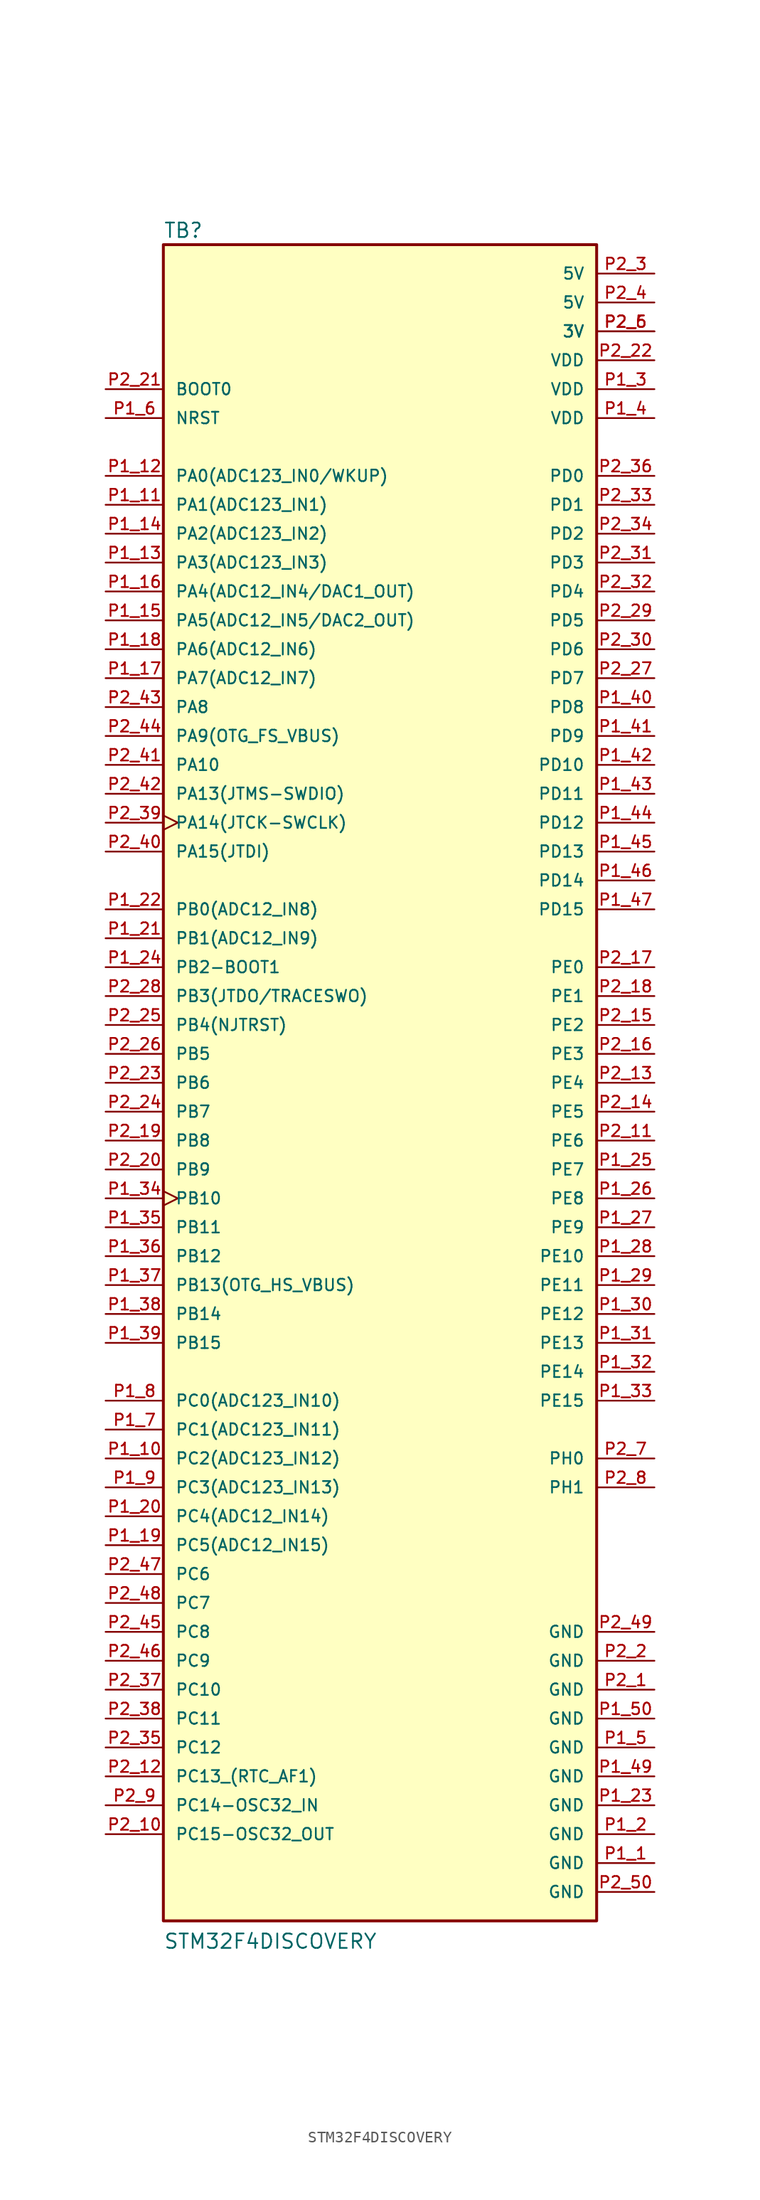
<source format=kicad_sym>
(kicad_symbol_lib
  (version 20220914)
  (generator kicad_symbol_editor)
  (symbol "STM32F4DISCOVERY"
    (pin_names
      (offset 1.016))
    (property "Reference" "TB"
      (at -15.242 74.172 0)
      (effects (font (size 1.27 1.27)) (justify left bottom)))
    (property "Value" "STM32F4DISCOVERY"
      (at -15.24 -76.201 0)
      (effects (font (size 1.27 1.27)) (justify left bottom)))
    (symbol "STM32F4DISCOVERY_0_0"
      (pin power_in line (at 27.94 -68.58 180) (length 5.08) (name "GND" (effects (font (size 1.016 1.016)))) (number "P1_1" (effects (font (size 1.016 1.016)))))
      (pin power_in line (at 27.94 -66.04 180) (length 5.08) (name "GND" (effects (font (size 1.016 1.016)))) (number "P1_2" (effects (font (size 1.016 1.016)))))
      (pin power_in line (at 27.94 -63.5 180) (length 5.08) (name "GND" (effects (font (size 1.016 1.016)))) (number "P1_23" (effects (font (size 1.016 1.016)))))
      (pin bidirectional line (at 27.94 -7.62 180) (length 5.08) (name "PE7" (effects (font (size 1.016 1.016)))) (number "P1_25" (effects (font (size 1.016 1.016)))))
      (pin bidirectional line (at 27.94 -10.16 180) (length 5.08) (name "PE8" (effects (font (size 1.016 1.016)))) (number "P1_26" (effects (font (size 1.016 1.016)))))
      (pin bidirectional line (at 27.94 -12.7 180) (length 5.08) (name "PE9" (effects (font (size 1.016 1.016)))) (number "P1_27" (effects (font (size 1.016 1.016)))))
      (pin bidirectional line (at 27.94 -15.24 180) (length 5.08) (name "PE10" (effects (font (size 1.016 1.016)))) (number "P1_28" (effects (font (size 1.016 1.016)))))
      (pin bidirectional line (at 27.94 -17.78 180) (length 5.08) (name "PE11" (effects (font (size 1.016 1.016)))) (number "P1_29" (effects (font (size 1.016 1.016)))))
      (pin power_in line (at 27.94 60.96 180) (length 5.08) (name "VDD" (effects (font (size 1.016 1.016)))) (number "P1_3" (effects (font (size 1.016 1.016)))))
      (pin bidirectional line (at 27.94 -20.32 180) (length 5.08) (name "PE12" (effects (font (size 1.016 1.016)))) (number "P1_30" (effects (font (size 1.016 1.016)))))
      (pin bidirectional line (at 27.94 -22.86 180) (length 5.08) (name "PE13" (effects (font (size 1.016 1.016)))) (number "P1_31" (effects (font (size 1.016 1.016)))))
      (pin bidirectional line (at 27.94 -25.4 180) (length 5.08) (name "PE14" (effects (font (size 1.016 1.016)))) (number "P1_32" (effects (font (size 1.016 1.016)))))
      (pin bidirectional line (at 27.94 -27.94 180) (length 5.08) (name "PE15" (effects (font (size 1.016 1.016)))) (number "P1_33" (effects (font (size 1.016 1.016)))))
      (pin bidirectional clock (at -20.32 -10.16 0) (length 5.08) (name "PB10" (effects (font (size 1.016 1.016)))) (number "P1_34" (effects (font (size 1.016 1.016)))))
      (pin bidirectional line (at -20.32 -12.7 0) (length 5.08) (name "PB11" (effects (font (size 1.016 1.016)))) (number "P1_35" (effects (font (size 1.016 1.016)))))
      (pin bidirectional line (at -20.32 -15.24 0) (length 5.08) (name "PB12" (effects (font (size 1.016 1.016)))) (number "P1_36" (effects (font (size 1.016 1.016)))))
      (pin bidirectional line (at -20.32 -20.32 0) (length 5.08) (name "PB14" (effects (font (size 1.016 1.016)))) (number "P1_38" (effects (font (size 1.016 1.016)))))
      (pin bidirectional line (at -20.32 -22.86 0) (length 5.08) (name "PB15" (effects (font (size 1.016 1.016)))) (number "P1_39" (effects (font (size 1.016 1.016)))))
      (pin power_in line (at 27.94 58.42 180) (length 5.08) (name "VDD" (effects (font (size 1.016 1.016)))) (number "P1_4" (effects (font (size 1.016 1.016)))))
      (pin bidirectional line (at 27.94 33.02 180) (length 5.08) (name "PD8" (effects (font (size 1.016 1.016)))) (number "P1_40" (effects (font (size 1.016 1.016)))))
      (pin bidirectional line (at 27.94 30.48 180) (length 5.08) (name "PD9" (effects (font (size 1.016 1.016)))) (number "P1_41" (effects (font (size 1.016 1.016)))))
      (pin bidirectional line (at 27.94 27.94 180) (length 5.08) (name "PD10" (effects (font (size 1.016 1.016)))) (number "P1_42" (effects (font (size 1.016 1.016)))))
      (pin bidirectional line (at 27.94 25.4 180) (length 5.08) (name "PD11" (effects (font (size 1.016 1.016)))) (number "P1_43" (effects (font (size 1.016 1.016)))))
      (pin bidirectional line (at 27.94 22.86 180) (length 5.08) (name "PD12" (effects (font (size 1.016 1.016)))) (number "P1_44" (effects (font (size 1.016 1.016)))))
      (pin bidirectional line (at 27.94 20.32 180) (length 5.08) (name "PD13" (effects (font (size 1.016 1.016)))) (number "P1_45" (effects (font (size 1.016 1.016)))))
      (pin bidirectional line (at 27.94 17.78 180) (length 5.08) (name "PD14" (effects (font (size 1.016 1.016)))) (number "P1_46" (effects (font (size 1.016 1.016)))))
      (pin bidirectional line (at 27.94 15.24 180) (length 5.08) (name "PD15" (effects (font (size 1.016 1.016)))) (number "P1_47" (effects (font (size 1.016 1.016)))))
      (pin power_in line (at 27.94 -60.96 180) (length 5.08) (name "GND" (effects (font (size 1.016 1.016)))) (number "P1_49" (effects (font (size 1.016 1.016)))))
      (pin power_in line (at 27.94 -58.42 180) (length 5.08) (name "GND" (effects (font (size 1.016 1.016)))) (number "P1_5" (effects (font (size 1.016 1.016)))))
      (pin power_in line (at 27.94 -55.88 180) (length 5.08) (name "GND" (effects (font (size 1.016 1.016)))) (number "P1_50" (effects (font (size 1.016 1.016)))))
      (pin input line (at -20.32 58.42 0) (length 5.08) (name "NRST" (effects (font (size 1.016 1.016)))) (number "P1_6" (effects (font (size 1.016 1.016)))))
      (pin power_in line (at 27.94 -53.34 180) (length 5.08) (name "GND" (effects (font (size 1.016 1.016)))) (number "P2_1" (effects (font (size 1.016 1.016)))))
      (pin bidirectional line (at 27.94 -5.08 180) (length 5.08) (name "PE6" (effects (font (size 1.016 1.016)))) (number "P2_11" (effects (font (size 1.016 1.016)))))
      (pin bidirectional line (at 27.94 0 180) (length 5.08) (name "PE4" (effects (font (size 1.016 1.016)))) (number "P2_13" (effects (font (size 1.016 1.016)))))
      (pin bidirectional line (at 27.94 -2.54 180) (length 5.08) (name "PE5" (effects (font (size 1.016 1.016)))) (number "P2_14" (effects (font (size 1.016 1.016)))))
      (pin bidirectional line (at 27.94 5.08 180) (length 5.08) (name "PE2" (effects (font (size 1.016 1.016)))) (number "P2_15" (effects (font (size 1.016 1.016)))))
      (pin bidirectional line (at 27.94 2.54 180) (length 5.08) (name "PE3" (effects (font (size 1.016 1.016)))) (number "P2_16" (effects (font (size 1.016 1.016)))))
      (pin bidirectional line (at 27.94 10.16 180) (length 5.08) (name "PE0" (effects (font (size 1.016 1.016)))) (number "P2_17" (effects (font (size 1.016 1.016)))))
      (pin bidirectional line (at 27.94 7.62 180) (length 5.08) (name "PE1" (effects (font (size 1.016 1.016)))) (number "P2_18" (effects (font (size 1.016 1.016)))))
      (pin bidirectional line (at -20.32 -5.08 0) (length 5.08) (name "PB8" (effects (font (size 1.016 1.016)))) (number "P2_19" (effects (font (size 1.016 1.016)))))
      (pin power_in line (at 27.94 -50.8 180) (length 5.08) (name "GND" (effects (font (size 1.016 1.016)))) (number "P2_2" (effects (font (size 1.016 1.016)))))
      (pin bidirectional line (at -20.32 -7.62 0) (length 5.08) (name "PB9" (effects (font (size 1.016 1.016)))) (number "P2_20" (effects (font (size 1.016 1.016)))))
      (pin input line (at -20.32 60.96 0) (length 5.08) (name "BOOT0" (effects (font (size 1.016 1.016)))) (number "P2_21" (effects (font (size 1.016 1.016)))))
      (pin power_in line (at 27.94 63.5 180) (length 5.08) (name "VDD" (effects (font (size 1.016 1.016)))) (number "P2_22" (effects (font (size 1.016 1.016)))))
      (pin bidirectional line (at -20.32 0 0) (length 5.08) (name "PB6" (effects (font (size 1.016 1.016)))) (number "P2_23" (effects (font (size 1.016 1.016)))))
      (pin bidirectional line (at -20.32 -2.54 0) (length 5.08) (name "PB7" (effects (font (size 1.016 1.016)))) (number "P2_24" (effects (font (size 1.016 1.016)))))
      (pin bidirectional line (at -20.32 2.54 0) (length 5.08) (name "PB5" (effects (font (size 1.016 1.016)))) (number "P2_26" (effects (font (size 1.016 1.016)))))
      (pin bidirectional line (at 27.94 35.56 180) (length 5.08) (name "PD7" (effects (font (size 1.016 1.016)))) (number "P2_27" (effects (font (size 1.016 1.016)))))
      (pin bidirectional line (at 27.94 40.64 180) (length 5.08) (name "PD5" (effects (font (size 1.016 1.016)))) (number "P2_29" (effects (font (size 1.016 1.016)))))
      (pin power_in line (at 27.94 71.12 180) (length 5.08) (name "5V" (effects (font (size 1.016 1.016)))) (number "P2_3" (effects (font (size 1.016 1.016)))))
      (pin bidirectional line (at 27.94 38.1 180) (length 5.08) (name "PD6" (effects (font (size 1.016 1.016)))) (number "P2_30" (effects (font (size 1.016 1.016)))))
      (pin bidirectional line (at 27.94 45.72 180) (length 5.08) (name "PD3" (effects (font (size 1.016 1.016)))) (number "P2_31" (effects (font (size 1.016 1.016)))))
      (pin bidirectional line (at 27.94 43.18 180) (length 5.08) (name "PD4" (effects (font (size 1.016 1.016)))) (number "P2_32" (effects (font (size 1.016 1.016)))))
      (pin bidirectional line (at 27.94 50.8 180) (length 5.08) (name "PD1" (effects (font (size 1.016 1.016)))) (number "P2_33" (effects (font (size 1.016 1.016)))))
      (pin bidirectional line (at 27.94 48.26 180) (length 5.08) (name "PD2" (effects (font (size 1.016 1.016)))) (number "P2_34" (effects (font (size 1.016 1.016)))))
      (pin bidirectional line (at -20.32 -58.42 0) (length 5.08) (name "PC12" (effects (font (size 1.016 1.016)))) (number "P2_35" (effects (font (size 1.016 1.016)))))
      (pin bidirectional line (at 27.94 53.34 180) (length 5.08) (name "PD0" (effects (font (size 1.016 1.016)))) (number "P2_36" (effects (font (size 1.016 1.016)))))
      (pin bidirectional line (at -20.32 -53.34 0) (length 5.08) (name "PC10" (effects (font (size 1.016 1.016)))) (number "P2_37" (effects (font (size 1.016 1.016)))))
      (pin bidirectional line (at -20.32 -55.88 0) (length 5.08) (name "PC11" (effects (font (size 1.016 1.016)))) (number "P2_38" (effects (font (size 1.016 1.016)))))
      (pin power_in line (at 27.94 68.58 180) (length 5.08) (name "5V" (effects (font (size 1.016 1.016)))) (number "P2_4" (effects (font (size 1.016 1.016)))))
      (pin bidirectional line (at -20.32 27.94 0) (length 5.08) (name "PA10" (effects (font (size 1.016 1.016)))) (number "P2_41" (effects (font (size 1.016 1.016)))))
      (pin bidirectional line (at -20.32 33.02 0) (length 5.08) (name "PA8" (effects (font (size 1.016 1.016)))) (number "P2_43" (effects (font (size 1.016 1.016)))))
      (pin bidirectional line (at -20.32 -48.26 0) (length 5.08) (name "PC8" (effects (font (size 1.016 1.016)))) (number "P2_45" (effects (font (size 1.016 1.016)))))
      (pin bidirectional line (at -20.32 -50.8 0) (length 5.08) (name "PC9" (effects (font (size 1.016 1.016)))) (number "P2_46" (effects (font (size 1.016 1.016)))))
      (pin bidirectional line (at -20.32 -43.18 0) (length 5.08) (name "PC6" (effects (font (size 1.016 1.016)))) (number "P2_47" (effects (font (size 1.016 1.016)))))
      (pin bidirectional line (at -20.32 -45.72 0) (length 5.08) (name "PC7" (effects (font (size 1.016 1.016)))) (number "P2_48" (effects (font (size 1.016 1.016)))))
      (pin power_in line (at 27.94 -48.26 180) (length 5.08) (name "GND" (effects (font (size 1.016 1.016)))) (number "P2_49" (effects (font (size 1.016 1.016)))))
      (pin power_in line (at 27.94 66.04 180) (length 5.08) (name "3V" (effects (font (size 1.016 1.016)))) (number "P2_5" (effects (font (size 1.016 1.016)))))
      (pin power_in line (at 27.94 -71.12 180) (length 5.08) (name "GND" (effects (font (size 1.016 1.016)))) (number "P2_50" (effects (font (size 1.016 1.016)))))
      (pin power_in line (at 27.94 66.04 180) (length 5.08) (name "3V" (effects (font (size 1.016 1.016)))) (number "P2_6" (effects (font (size 1.016 1.016)))))
      (pin bidirectional line (at 27.94 -33.02 180) (length 5.08) (name "PH0" (effects (font (size 1.016 1.016)))) (number "P2_7" (effects (font (size 1.016 1.016)))))
      (pin bidirectional line (at 27.94 -35.56 180) (length 5.08) (name "PH1" (effects (font (size 1.016 1.016)))) (number "P2_8" (effects (font (size 1.016 1.016))))))
    (symbol "STM32F4DISCOVERY_1_0"
      (rectangle (start -15.24 73.66) (end 22.86 -73.66) (stroke (width 0.254) (type default)) (fill (type background)))
      (pin bidirectional line (at -20.32 -33.02 0) (length 5.08) (name "PC2(ADC123_IN12)" (effects (font (size 1.016 1.016)))) (number "P1_10" (effects (font (size 1.016 1.016)))))
      (pin bidirectional line (at -20.32 50.8 0) (length 5.08) (name "PA1(ADC123_IN1)" (effects (font (size 1.016 1.016)))) (number "P1_11" (effects (font (size 1.016 1.016)))))
      (pin bidirectional line (at -20.32 53.34 0) (length 5.08) (name "PA0(ADC123_IN0/WKUP)" (effects (font (size 1.016 1.016)))) (number "P1_12" (effects (font (size 1.016 1.016)))))
      (pin bidirectional line (at -20.32 45.72 0) (length 5.08) (name "PA3(ADC123_IN3)" (effects (font (size 1.016 1.016)))) (number "P1_13" (effects (font (size 1.016 1.016)))))
      (pin bidirectional line (at -20.32 48.26 0) (length 5.08) (name "PA2(ADC123_IN2)" (effects (font (size 1.016 1.016)))) (number "P1_14" (effects (font (size 1.016 1.016)))))
      (pin bidirectional line (at -20.32 40.64 0) (length 5.08) (name "PA5(ADC12_IN5/DAC2_OUT)" (effects (font (size 1.016 1.016)))) (number "P1_15" (effects (font (size 1.016 1.016)))))
      (pin bidirectional line (at -20.32 43.18 0) (length 5.08) (name "PA4(ADC12_IN4/DAC1_OUT)" (effects (font (size 1.016 1.016)))) (number "P1_16" (effects (font (size 1.016 1.016)))))
      (pin bidirectional line (at -20.32 35.56 0) (length 5.08) (name "PA7(ADC12_IN7)" (effects (font (size 1.016 1.016)))) (number "P1_17" (effects (font (size 1.016 1.016)))))
      (pin bidirectional line (at -20.32 38.1 0) (length 5.08) (name "PA6(ADC12_IN6)" (effects (font (size 1.016 1.016)))) (number "P1_18" (effects (font (size 1.016 1.016)))))
      (pin bidirectional line (at -20.32 -40.64 0) (length 5.08) (name "PC5(ADC12_IN15)" (effects (font (size 1.016 1.016)))) (number "P1_19" (effects (font (size 1.016 1.016)))))
      (pin bidirectional line (at -20.32 -38.1 0) (length 5.08) (name "PC4(ADC12_IN14)" (effects (font (size 1.016 1.016)))) (number "P1_20" (effects (font (size 1.016 1.016)))))
      (pin bidirectional line (at -20.32 12.7 0) (length 5.08) (name "PB1(ADC12_IN9)" (effects (font (size 1.016 1.016)))) (number "P1_21" (effects (font (size 1.016 1.016)))))
      (pin bidirectional line (at -20.32 15.24 0) (length 5.08) (name "PB0(ADC12_IN8)" (effects (font (size 1.016 1.016)))) (number "P1_22" (effects (font (size 1.016 1.016)))))
      (pin bidirectional line (at -20.32 10.16 0) (length 5.08) (name "PB2-BOOT1" (effects (font (size 1.016 1.016)))) (number "P1_24" (effects (font (size 1.016 1.016)))))
      (pin bidirectional line (at -20.32 -17.78 0) (length 5.08) (name "PB13(OTG_HS_VBUS)" (effects (font (size 1.016 1.016)))) (number "P1_37" (effects (font (size 1.016 1.016)))))
      (pin bidirectional line (at -20.32 -30.48 0) (length 5.08) (name "PC1(ADC123_IN11)" (effects (font (size 1.016 1.016)))) (number "P1_7" (effects (font (size 1.016 1.016)))))
      (pin bidirectional line (at -20.32 -27.94 0) (length 5.08) (name "PC0(ADC123_IN10)" (effects (font (size 1.016 1.016)))) (number "P1_8" (effects (font (size 1.016 1.016)))))
      (pin bidirectional line (at -20.32 -35.56 0) (length 5.08) (name "PC3(ADC123_IN13)" (effects (font (size 1.016 1.016)))) (number "P1_9" (effects (font (size 1.016 1.016)))))
      (pin bidirectional line (at -20.32 -66.04 0) (length 5.08) (name "PC15-OSC32_OUT" (effects (font (size 1.016 1.016)))) (number "P2_10" (effects (font (size 1.016 1.016)))))
      (pin bidirectional line (at -20.32 -60.96 0) (length 5.08) (name "PC13_(RTC_AF1)" (effects (font (size 1.016 1.016)))) (number "P2_12" (effects (font (size 1.016 1.016)))))
      (pin bidirectional line (at -20.32 5.08 0) (length 5.08) (name "PB4(NJTRST)" (effects (font (size 1.016 1.016)))) (number "P2_25" (effects (font (size 1.016 1.016)))))
      (pin bidirectional line (at -20.32 7.62 0) (length 5.08) (name "PB3(JTDO/TRACESWO)" (effects (font (size 1.016 1.016)))) (number "P2_28" (effects (font (size 1.016 1.016)))))
      (pin bidirectional clock (at -20.32 22.86 0) (length 5.08) (name "PA14(JTCK-SWCLK)" (effects (font (size 1.016 1.016)))) (number "P2_39" (effects (font (size 1.016 1.016)))))
      (pin bidirectional line (at -20.32 20.32 0) (length 5.08) (name "PA15(JTDI)" (effects (font (size 1.016 1.016)))) (number "P2_40" (effects (font (size 1.016 1.016)))))
      (pin bidirectional line (at -20.32 25.4 0) (length 5.08) (name "PA13(JTMS-SWDIO)" (effects (font (size 1.016 1.016)))) (number "P2_42" (effects (font (size 1.016 1.016)))))
      (pin bidirectional line (at -20.32 30.48 0) (length 5.08) (name "PA9(OTG_FS_VBUS)" (effects (font (size 1.016 1.016)))) (number "P2_44" (effects (font (size 1.016 1.016)))))
      (pin bidirectional line (at -20.32 -63.5 0) (length 5.08) (name "PC14-OSC32_IN" (effects (font (size 1.016 1.016)))) (number "P2_9" (effects (font (size 1.016 1.016))))))))
</source>
